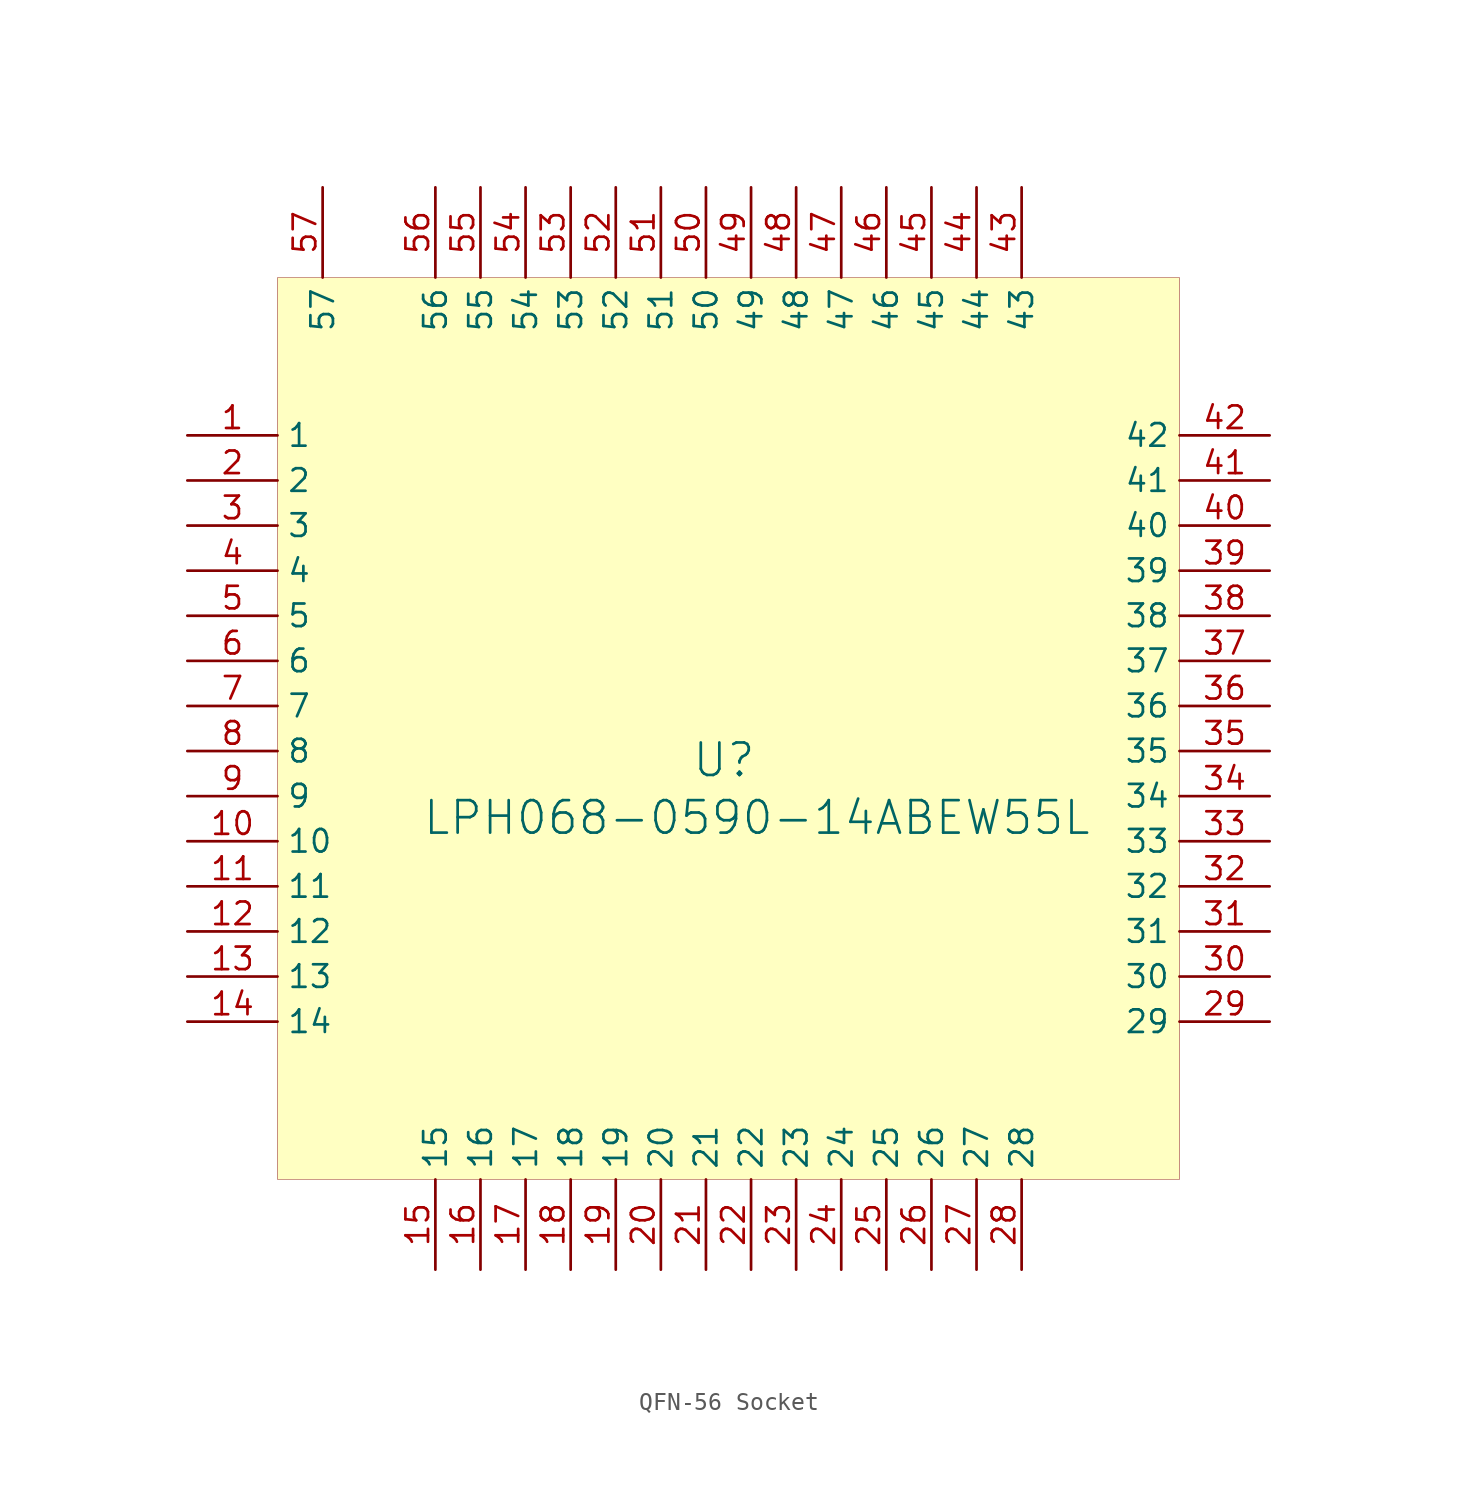
<source format=kicad_sym>
(kicad_symbol_lib
  (version 20241209)
  (generator "kicad_symbol_editor")
  (generator_version "9.0")
  (symbol "QFN-56 Socket"
    (property "Reference" "U"
      (at -0.254 -1.778 0)
      (effects (font (size 1.829 1.829))))
    (property "Value" "LPH068-0590-14ABEW55L"
      (at -17.272 -6.096 0)
      (effects (font (size 1.829 1.829)) (justify left bottom)))
    (symbol "QFN-56 Socket_1_0"
      (rectangle (start 25.4 25.4) (end -25.4 -25.4) (stroke (width 0.025) (type solid) (color 128 0 0 1)) (fill (type background)))
      (pin passive line (at -30.48 16.51 0) (length 5.08) (name "1" (effects (font (size 1.27 1.27)))) (number "1" (effects (font (size 1.27 1.27)))))
      (pin passive line (at -30.48 13.97 0) (length 5.08) (name "2" (effects (font (size 1.27 1.27)))) (number "2" (effects (font (size 1.27 1.27)))))
      (pin passive line (at -30.48 11.43 0) (length 5.08) (name "3" (effects (font (size 1.27 1.27)))) (number "3" (effects (font (size 1.27 1.27)))))
      (pin passive line (at -30.48 8.89 0) (length 5.08) (name "4" (effects (font (size 1.27 1.27)))) (number "4" (effects (font (size 1.27 1.27)))))
      (pin passive line (at -30.48 6.35 0) (length 5.08) (name "5" (effects (font (size 1.27 1.27)))) (number "5" (effects (font (size 1.27 1.27)))))
      (pin passive line (at -30.48 3.81 0) (length 5.08) (name "6" (effects (font (size 1.27 1.27)))) (number "6" (effects (font (size 1.27 1.27)))))
      (pin passive line (at -30.48 1.27 0) (length 5.08) (name "7" (effects (font (size 1.27 1.27)))) (number "7" (effects (font (size 1.27 1.27)))))
      (pin passive line (at -30.48 -1.27 0) (length 5.08) (name "8" (effects (font (size 1.27 1.27)))) (number "8" (effects (font (size 1.27 1.27)))))
      (pin passive line (at -30.48 -3.81 0) (length 5.08) (name "9" (effects (font (size 1.27 1.27)))) (number "9" (effects (font (size 1.27 1.27)))))
      (pin passive line (at -30.48 -6.35 0) (length 5.08) (name "10" (effects (font (size 1.27 1.27)))) (number "10" (effects (font (size 1.27 1.27)))))
      (pin passive line (at -30.48 -8.89 0) (length 5.08) (name "11" (effects (font (size 1.27 1.27)))) (number "11" (effects (font (size 1.27 1.27)))))
      (pin passive line (at -30.48 -11.43 0) (length 5.08) (name "12" (effects (font (size 1.27 1.27)))) (number "12" (effects (font (size 1.27 1.27)))))
      (pin passive line (at -30.48 -13.97 0) (length 5.08) (name "13" (effects (font (size 1.27 1.27)))) (number "13" (effects (font (size 1.27 1.27)))))
      (pin passive line (at -30.48 -16.51 0) (length 5.08) (name "14" (effects (font (size 1.27 1.27)))) (number "14" (effects (font (size 1.27 1.27)))))
      (pin passive line (at -22.86 30.48 270) (length 5.08) (name "57" (effects (font (size 1.27 1.27)))) (number "57" (effects (font (size 1.27 1.27)))))
      (pin passive line (at -16.51 30.48 270) (length 5.08) (name "56" (effects (font (size 1.27 1.27)))) (number "56" (effects (font (size 1.27 1.27)))))
      (pin passive line (at -16.51 -30.48 90) (length 5.08) (name "15" (effects (font (size 1.27 1.27)))) (number "15" (effects (font (size 1.27 1.27)))))
      (pin passive line (at -13.97 30.48 270) (length 5.08) (name "55" (effects (font (size 1.27 1.27)))) (number "55" (effects (font (size 1.27 1.27)))))
      (pin passive line (at -13.97 -30.48 90) (length 5.08) (name "16" (effects (font (size 1.27 1.27)))) (number "16" (effects (font (size 1.27 1.27)))))
      (pin passive line (at -11.43 30.48 270) (length 5.08) (name "54" (effects (font (size 1.27 1.27)))) (number "54" (effects (font (size 1.27 1.27)))))
      (pin passive line (at -11.43 -30.48 90) (length 5.08) (name "17" (effects (font (size 1.27 1.27)))) (number "17" (effects (font (size 1.27 1.27)))))
      (pin passive line (at -8.89 30.48 270) (length 5.08) (name "53" (effects (font (size 1.27 1.27)))) (number "53" (effects (font (size 1.27 1.27)))))
      (pin passive line (at -8.89 -30.48 90) (length 5.08) (name "18" (effects (font (size 1.27 1.27)))) (number "18" (effects (font (size 1.27 1.27)))))
      (pin passive line (at -6.35 30.48 270) (length 5.08) (name "52" (effects (font (size 1.27 1.27)))) (number "52" (effects (font (size 1.27 1.27)))))
      (pin passive line (at -6.35 -30.48 90) (length 5.08) (name "19" (effects (font (size 1.27 1.27)))) (number "19" (effects (font (size 1.27 1.27)))))
      (pin passive line (at -3.81 30.48 270) (length 5.08) (name "51" (effects (font (size 1.27 1.27)))) (number "51" (effects (font (size 1.27 1.27)))))
      (pin passive line (at -3.81 -30.48 90) (length 5.08) (name "20" (effects (font (size 1.27 1.27)))) (number "20" (effects (font (size 1.27 1.27)))))
      (pin passive line (at -1.27 30.48 270) (length 5.08) (name "50" (effects (font (size 1.27 1.27)))) (number "50" (effects (font (size 1.27 1.27)))))
      (pin passive line (at -1.27 -30.48 90) (length 5.08) (name "21" (effects (font (size 1.27 1.27)))) (number "21" (effects (font (size 1.27 1.27)))))
      (pin passive line (at 1.27 30.48 270) (length 5.08) (name "49" (effects (font (size 1.27 1.27)))) (number "49" (effects (font (size 1.27 1.27)))))
      (pin passive line (at 1.27 -30.48 90) (length 5.08) (name "22" (effects (font (size 1.27 1.27)))) (number "22" (effects (font (size 1.27 1.27)))))
      (pin passive line (at 3.81 30.48 270) (length 5.08) (name "48" (effects (font (size 1.27 1.27)))) (number "48" (effects (font (size 1.27 1.27)))))
      (pin passive line (at 3.81 -30.48 90) (length 5.08) (name "23" (effects (font (size 1.27 1.27)))) (number "23" (effects (font (size 1.27 1.27)))))
      (pin passive line (at 6.35 30.48 270) (length 5.08) (name "47" (effects (font (size 1.27 1.27)))) (number "47" (effects (font (size 1.27 1.27)))))
      (pin passive line (at 6.35 -30.48 90) (length 5.08) (name "24" (effects (font (size 1.27 1.27)))) (number "24" (effects (font (size 1.27 1.27)))))
      (pin passive line (at 8.89 30.48 270) (length 5.08) (name "46" (effects (font (size 1.27 1.27)))) (number "46" (effects (font (size 1.27 1.27)))))
      (pin passive line (at 8.89 -30.48 90) (length 5.08) (name "25" (effects (font (size 1.27 1.27)))) (number "25" (effects (font (size 1.27 1.27)))))
      (pin passive line (at 11.43 30.48 270) (length 5.08) (name "45" (effects (font (size 1.27 1.27)))) (number "45" (effects (font (size 1.27 1.27)))))
      (pin passive line (at 11.43 -30.48 90) (length 5.08) (name "26" (effects (font (size 1.27 1.27)))) (number "26" (effects (font (size 1.27 1.27)))))
      (pin passive line (at 13.97 30.48 270) (length 5.08) (name "44" (effects (font (size 1.27 1.27)))) (number "44" (effects (font (size 1.27 1.27)))))
      (pin passive line (at 13.97 -30.48 90) (length 5.08) (name "27" (effects (font (size 1.27 1.27)))) (number "27" (effects (font (size 1.27 1.27)))))
      (pin passive line (at 16.51 30.48 270) (length 5.08) (name "43" (effects (font (size 1.27 1.27)))) (number "43" (effects (font (size 1.27 1.27)))))
      (pin passive line (at 16.51 -30.48 90) (length 5.08) (name "28" (effects (font (size 1.27 1.27)))) (number "28" (effects (font (size 1.27 1.27)))))
      (pin passive line (at 30.48 16.51 180) (length 5.08) (name "42" (effects (font (size 1.27 1.27)))) (number "42" (effects (font (size 1.27 1.27)))))
      (pin passive line (at 30.48 13.97 180) (length 5.08) (name "41" (effects (font (size 1.27 1.27)))) (number "41" (effects (font (size 1.27 1.27)))))
      (pin passive line (at 30.48 11.43 180) (length 5.08) (name "40" (effects (font (size 1.27 1.27)))) (number "40" (effects (font (size 1.27 1.27)))))
      (pin passive line (at 30.48 8.89 180) (length 5.08) (name "39" (effects (font (size 1.27 1.27)))) (number "39" (effects (font (size 1.27 1.27)))))
      (pin passive line (at 30.48 6.35 180) (length 5.08) (name "38" (effects (font (size 1.27 1.27)))) (number "38" (effects (font (size 1.27 1.27)))))
      (pin passive line (at 30.48 3.81 180) (length 5.08) (name "37" (effects (font (size 1.27 1.27)))) (number "37" (effects (font (size 1.27 1.27)))))
      (pin passive line (at 30.48 1.27 180) (length 5.08) (name "36" (effects (font (size 1.27 1.27)))) (number "36" (effects (font (size 1.27 1.27)))))
      (pin passive line (at 30.48 -1.27 180) (length 5.08) (name "35" (effects (font (size 1.27 1.27)))) (number "35" (effects (font (size 1.27 1.27)))))
      (pin passive line (at 30.48 -3.81 180) (length 5.08) (name "34" (effects (font (size 1.27 1.27)))) (number "34" (effects (font (size 1.27 1.27)))))
      (pin passive line (at 30.48 -6.35 180) (length 5.08) (name "33" (effects (font (size 1.27 1.27)))) (number "33" (effects (font (size 1.27 1.27)))))
      (pin passive line (at 30.48 -8.89 180) (length 5.08) (name "32" (effects (font (size 1.27 1.27)))) (number "32" (effects (font (size 1.27 1.27)))))
      (pin passive line (at 30.48 -11.43 180) (length 5.08) (name "31" (effects (font (size 1.27 1.27)))) (number "31" (effects (font (size 1.27 1.27)))))
      (pin passive line (at 30.48 -13.97 180) (length 5.08) (name "30" (effects (font (size 1.27 1.27)))) (number "30" (effects (font (size 1.27 1.27)))))
      (pin passive line (at 30.48 -16.51 180) (length 5.08) (name "29" (effects (font (size 1.27 1.27)))) (number "29" (effects (font (size 1.27 1.27))))))))
</source>
